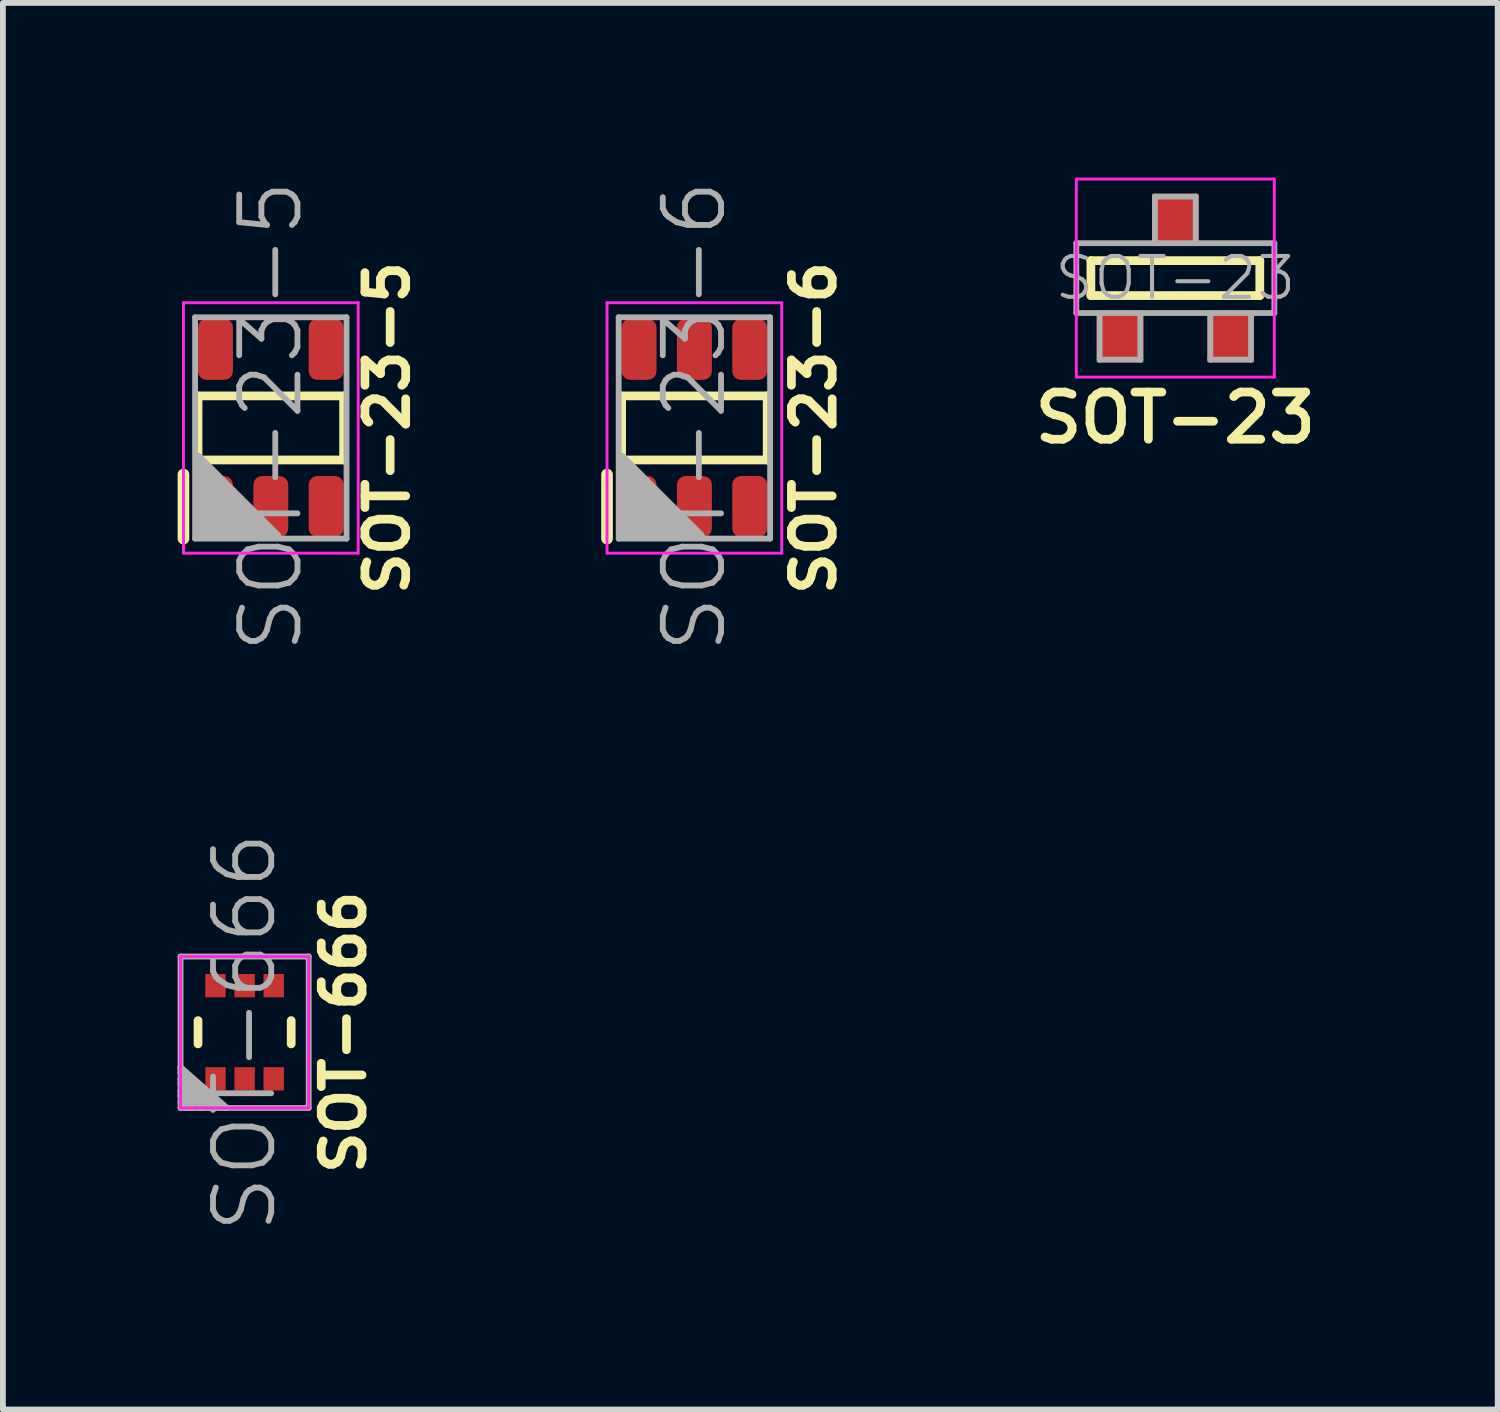
<source format=kicad_pcb>
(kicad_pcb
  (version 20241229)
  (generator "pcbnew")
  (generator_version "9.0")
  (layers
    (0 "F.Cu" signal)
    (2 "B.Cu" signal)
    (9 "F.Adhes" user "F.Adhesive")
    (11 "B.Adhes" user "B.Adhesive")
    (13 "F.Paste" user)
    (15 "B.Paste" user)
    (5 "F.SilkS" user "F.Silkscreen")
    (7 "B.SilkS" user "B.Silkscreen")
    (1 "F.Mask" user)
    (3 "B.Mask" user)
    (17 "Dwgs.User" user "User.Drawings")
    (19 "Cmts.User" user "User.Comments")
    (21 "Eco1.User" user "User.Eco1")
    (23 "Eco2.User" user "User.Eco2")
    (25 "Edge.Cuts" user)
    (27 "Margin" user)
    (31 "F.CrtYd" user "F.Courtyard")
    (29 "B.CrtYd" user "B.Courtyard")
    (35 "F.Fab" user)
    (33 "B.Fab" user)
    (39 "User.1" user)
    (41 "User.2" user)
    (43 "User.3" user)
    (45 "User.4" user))
  (footprint "SOT-23"
    (layer "F.Cu")
    (at 17.131 1.725)
    (property "Reference" "SOT-23" (at 0 2.4 0) (layer "F.SilkS") (effects (font (size 0.81 0.81) (thickness 0.15))))
    (attr through_hole)
    (fp_line (start -1.45 -0.3) (end 1.45 -0.3) (stroke (width 0.15) (type solid)) (layer "F.SilkS"))
    (fp_line (start -1.45 0.3) (end -1.45 -0.3) (stroke (width 0.15) (type solid)) (layer "F.SilkS"))
    (fp_line (start 1.45 -0.3) (end 1.45 0.3) (stroke (width 0.15) (type solid)) (layer "F.SilkS"))
    (fp_line (start 1.45 0.3) (end -1.45 0.3) (stroke (width 0.15) (type solid)) (layer "F.SilkS"))
    (fp_line (start -1.7 -1.7) (end 1.7 -1.7) (stroke (width 0.05) (type solid)) (layer "F.CrtYd"))
    (fp_line (start -1.7 1.7) (end -1.7 -1.7) (stroke (width 0.05) (type solid)) (layer "F.CrtYd"))
    (fp_line (start 1.7 -1.7) (end 1.7 1.7) (stroke (width 0.05) (type solid)) (layer "F.CrtYd"))
    (fp_line (start 1.7 1.7) (end -1.7 1.7) (stroke (width 0.05) (type solid)) (layer "F.CrtYd"))
    (fp_line (start -1.7 -0.6) (end -1.7 0.6) (stroke (width 0.1) (type solid)) (layer "F.Fab"))
    (fp_line (start -1.7 0.6) (end 1.7 0.6) (stroke (width 0.1) (type solid)) (layer "F.Fab"))
    (fp_line (start -1.3 0.6) (end -1.3 1.4) (stroke (width 0.1) (type solid)) (layer "F.Fab"))
    (fp_line (start -1.3 1.4) (end -0.6 1.4) (stroke (width 0.1) (type solid)) (layer "F.Fab"))
    (fp_line (start -0.6 1.4) (end -0.6 0.6) (stroke (width 0.1) (type solid)) (layer "F.Fab"))
    (fp_line (start -0.35 -1.4) (end 0.35 -1.4) (stroke (width 0.1) (type solid)) (layer "F.Fab"))
    (fp_line (start -0.35 -0.6) (end -0.35 -1.4) (stroke (width 0.1) (type solid)) (layer "F.Fab"))
    (fp_line (start 0.35 -1.4) (end 0.35 -0.6) (stroke (width 0.1) (type solid)) (layer "F.Fab"))
    (fp_line (start 0.6 0.6) (end 0.6 1.4) (stroke (width 0.1) (type solid)) (layer "F.Fab"))
    (fp_line (start 0.6 1.4) (end 1.3 1.4) (stroke (width 0.1) (type solid)) (layer "F.Fab"))
    (fp_line (start 1.3 1.4) (end 1.3 0.6) (stroke (width 0.1) (type solid)) (layer "F.Fab"))
    (fp_line (start 1.7 -0.6) (end -1.7 -0.6) (stroke (width 0.1) (type solid)) (layer "F.Fab"))
    (fp_line (start 1.7 0.6) (end 1.7 -0.6) (stroke (width 0.1) (type solid)) (layer "F.Fab"))
    (fp_text user "${REFERENCE}" (at 0 0 0) (layer "F.Fab") (effects (font (size 0.7 0.7) (thickness 0.07))))
    (pad "B" smd rect (at -0.95 1) (size 0.8 0.9) (layers "F.Cu" "F.Mask" "F.Paste"))
    (pad "C" smd rect (at 0 -1) (size 0.8 0.9) (layers "F.Cu" "F.Mask" "F.Paste"))
    (pad "E" smd rect (at 0.95 1) (size 0.8 0.9) (layers "F.Cu" "F.Mask" "F.Paste")))
  (footprint "SOT-23-6"
    (layer "F.Cu")
    (at 8.873 4.298)
    (property "Reference" "SOT-23-6" (at 2.05 0 90) (layer "F.SilkS") (effects (font (size 0.7 0.7) (thickness 0.15))))
    (attr smd)
    (fp_line (start -1.5 1.9) (end -1.5 0.8) (stroke (width 0.2) (type solid)) (layer "F.SilkS"))
    (fp_line (start -1.25 -0.55) (end 1.25 -0.55) (stroke (width 0.15) (type solid)) (layer "F.SilkS"))
    (fp_line (start -1.25 0.55) (end -1.25 -0.55) (stroke (width 0.15) (type solid)) (layer "F.SilkS"))
    (fp_line (start 1.25 -0.55) (end 1.25 0.55) (stroke (width 0.15) (type solid)) (layer "F.SilkS"))
    (fp_line (start 1.25 0.55) (end -1.25 0.55) (stroke (width 0.15) (type solid)) (layer "F.SilkS"))
    (fp_line (start -1.5 -2.15) (end 1.5 -2.15) (stroke (width 0.05) (type solid)) (layer "F.CrtYd"))
    (fp_line (start -1.5 2.15) (end -1.5 -2.15) (stroke (width 0.05) (type solid)) (layer "F.CrtYd"))
    (fp_line (start 1.5 -2.15) (end 1.5 2.15) (stroke (width 0.05) (type solid)) (layer "F.CrtYd"))
    (fp_line (start 1.5 2.15) (end -1.5 2.15) (stroke (width 0.05) (type solid)) (layer "F.CrtYd"))
    (fp_line (start -1.3 -1.9) (end 1.3 -1.9) (stroke (width 0.1) (type solid)) (layer "F.Fab"))
    (fp_line (start -1.3 1.9) (end -1.3 -1.9) (stroke (width 0.1) (type solid)) (layer "F.Fab"))
    (fp_line (start -1.25 0.65) (end -0.05 1.85) (stroke (width 0.15) (type solid)) (layer "F.Fab"))
    (fp_line (start -1.25 0.95) (end -0.35 1.85) (stroke (width 0.15) (type solid)) (layer "F.Fab"))
    (fp_line (start -1.25 1.1) (end -0.5 1.85) (stroke (width 0.15) (type solid)) (layer "F.Fab"))
    (fp_line (start -1.25 1.4) (end -0.8 1.85) (stroke (width 0.15) (type solid)) (layer "F.Fab"))
    (fp_line (start -1.25 1.7) (end -1.1 1.85) (stroke (width 0.15) (type solid)) (layer "F.Fab"))
    (fp_line (start -1.25 1.85) (end -1.2 1.8) (stroke (width 0.15) (type solid)) (layer "F.Fab"))
    (fp_line (start -0.95 1.85) (end -1.25 1.55) (stroke (width 0.15) (type solid)) (layer "F.Fab"))
    (fp_line (start -0.65 1.85) (end -1.25 1.25) (stroke (width 0.15) (type solid)) (layer "F.Fab"))
    (fp_line (start -0.2 1.85) (end -1.25 0.8) (stroke (width 0.15) (type solid)) (layer "F.Fab"))
    (fp_line (start 0.1 1.85) (end -1.25 0.5) (stroke (width 0.15) (type solid)) (layer "F.Fab"))
    (fp_line (start 1.3 -1.9) (end 1.3 1.9) (stroke (width 0.1) (type solid)) (layer "F.Fab"))
    (fp_line (start 1.3 1.9) (end -1.3 1.9) (stroke (width 0.1) (type solid)) (layer "F.Fab"))
    (fp_text user "${REFERENCE}" (at 0 -0.2 90) (layer "F.Fab") (effects (font (size 1 1) (thickness 0.1))))
    (pad "1" smd roundrect (at -0.95 1.35) (size 0.6 1.05) (layers "F.Cu" "F.Mask" "F.Paste") (roundrect_rratio 0.25))
    (pad "2" smd roundrect (at 0 1.35) (size 0.6 1.05) (layers "F.Cu" "F.Mask" "F.Paste") (roundrect_rratio 0.25))
    (pad "3" smd roundrect (at 0.95 1.35) (size 0.6 1.05) (layers "F.Cu" "F.Mask" "F.Paste") (roundrect_rratio 0.25))
    (pad "4" smd roundrect (at 0.95 -1.35) (size 0.6 1.05) (layers "F.Cu" "F.Mask" "F.Paste") (roundrect_rratio 0.25))
    (pad "5" smd roundrect (at 0 -1.35) (size 0.6 1.05) (layers "F.Cu" "F.Mask" "F.Paste") (roundrect_rratio 0.25))
    (pad "6" smd roundrect (at -0.95 -1.35) (size 0.6 1.05) (layers "F.Cu" "F.Mask" "F.Paste") (roundrect_rratio 0.25)))
  (footprint "SOT-666"
    (layer "F.Cu")
    (at 1.15 14.674)
    (property "Reference" "SOT-666" (at 1.7 0 90) (layer "F.SilkS") (effects (font (size 0.7 0.7) (thickness 0.15))))
    (attr through_hole)
    (fp_line (start -0.8 -0.2) (end -0.8 0.2) (stroke (width 0.15) (type solid)) (layer "F.SilkS"))
    (fp_line (start 0.8 0.2) (end 0.8 -0.2) (stroke (width 0.15) (type solid)) (layer "F.SilkS"))
    (fp_line (start -1.1 -1.3) (end -1.1 1.3) (stroke (width 0.05) (type solid)) (layer "F.CrtYd"))
    (fp_line (start -1.1 -1.3) (end 1.1 -1.3) (stroke (width 0.05) (type solid)) (layer "F.CrtYd"))
    (fp_line (start 1.1 -1.3) (end 1.1 1.3) (stroke (width 0.05) (type solid)) (layer "F.CrtYd"))
    (fp_line (start 1.1 1.3) (end -1.1 1.3) (stroke (width 0.05) (type solid)) (layer "F.CrtYd"))
    (fp_line (start -1.1 -1.3) (end 1.1 -1.3) (stroke (width 0.1) (type solid)) (layer "F.Fab"))
    (fp_line (start -1.1 0.6) (end -0.4 1.3) (stroke (width 0.1) (type solid)) (layer "F.Fab"))
    (fp_line (start -1.1 0.7) (end -1.1 0.6) (stroke (width 0.1) (type solid)) (layer "F.Fab"))
    (fp_line (start -1.1 0.8) (end -0.6 1.3) (stroke (width 0.1) (type solid)) (layer "F.Fab"))
    (fp_line (start -1.1 0.9) (end -1.1 0.8) (stroke (width 0.1) (type solid)) (layer "F.Fab"))
    (fp_line (start -1.1 1) (end -0.8 1.3) (stroke (width 0.1) (type solid)) (layer "F.Fab"))
    (fp_line (start -1.1 1.1) (end -1.1 1) (stroke (width 0.1) (type solid)) (layer "F.Fab"))
    (fp_line (start -1.1 1.2) (end -1 1.3) (stroke (width 0.1) (type solid)) (layer "F.Fab"))
    (fp_line (start -1.1 1.3) (end -1.1 -1.3) (stroke (width 0.1) (type solid)) (layer "F.Fab"))
    (fp_line (start -1 1.3) (end -0.9 1.3) (stroke (width 0.1) (type solid)) (layer "F.Fab"))
    (fp_line (start -0.9 1.3) (end -1.1 1.1) (stroke (width 0.1) (type solid)) (layer "F.Fab"))
    (fp_line (start -0.8 1.3) (end -0.7 1.3) (stroke (width 0.1) (type solid)) (layer "F.Fab"))
    (fp_line (start -0.7 1.3) (end -1.1 0.9) (stroke (width 0.1) (type solid)) (layer "F.Fab"))
    (fp_line (start -0.6 1.3) (end -0.5 1.3) (stroke (width 0.1) (type solid)) (layer "F.Fab"))
    (fp_line (start -0.5 1.3) (end -1.1 0.7) (stroke (width 0.1) (type solid)) (layer "F.Fab"))
    (fp_line (start -0.4 1.3) (end -0.3 1.3) (stroke (width 0.1) (type solid)) (layer "F.Fab"))
    (fp_line (start -0.3 1.3) (end -1.1 0.6) (stroke (width 0.1) (type solid)) (layer "F.Fab"))
    (fp_line (start 1.1 -1.3) (end 1.1 1.3) (stroke (width 0.1) (type solid)) (layer "F.Fab"))
    (fp_line (start 1.1 1.3) (end -1.1 1.3) (stroke (width 0.1) (type solid)) (layer "F.Fab"))
    (fp_text user "${REFERENCE}" (at 0 0 90) (layer "F.Fab") (effects (font (size 1 1) (thickness 0.1))))
    (pad "1" smd rect (at -0.5 0.8) (size 0.35 0.4) (layers "F.Cu" "F.Mask" "F.Paste"))
    (pad "2" smd rect (at 0 0.8) (size 0.35 0.4) (layers "F.Cu" "F.Mask" "F.Paste"))
    (pad "3" smd rect (at 0.5 0.8) (size 0.35 0.4) (layers "F.Cu" "F.Mask" "F.Paste"))
    (pad "4" smd rect (at 0.5 -0.8) (size 0.35 0.4) (layers "F.Cu" "F.Mask" "F.Paste"))
    (pad "5" smd rect (at 0 -0.8) (size 0.35 0.4) (layers "F.Cu" "F.Mask" "F.Paste"))
    (pad "6" smd rect (at -0.5 -0.8) (size 0.35 0.4) (layers "F.Cu" "F.Mask" "F.Paste")))
  (footprint "SOT-23-5"
    (layer "F.Cu")
    (at 1.6 4.298)
    (property "Reference" "SOT-23-5" (at 2 0 90) (layer "F.SilkS") (effects (font (size 0.7 0.7) (thickness 0.15))))
    (attr smd)
    (fp_line (start -1.5 1.9) (end -1.5 0.8) (stroke (width 0.2) (type solid)) (layer "F.SilkS"))
    (fp_line (start -1.25 -0.55) (end 1.25 -0.55) (stroke (width 0.15) (type solid)) (layer "F.SilkS"))
    (fp_line (start -1.25 0.55) (end -1.25 -0.55) (stroke (width 0.15) (type solid)) (layer "F.SilkS"))
    (fp_line (start 1.25 -0.55) (end 1.25 0.55) (stroke (width 0.15) (type solid)) (layer "F.SilkS"))
    (fp_line (start 1.25 0.55) (end -1.25 0.55) (stroke (width 0.15) (type solid)) (layer "F.SilkS"))
    (fp_line (start -1.5 -2.15) (end 1.5 -2.15) (stroke (width 0.05) (type solid)) (layer "F.CrtYd"))
    (fp_line (start -1.5 2.15) (end -1.5 -2.15) (stroke (width 0.05) (type solid)) (layer "F.CrtYd"))
    (fp_line (start 1.5 -2.15) (end 1.5 2.15) (stroke (width 0.05) (type solid)) (layer "F.CrtYd"))
    (fp_line (start 1.5 2.15) (end -1.5 2.15) (stroke (width 0.05) (type solid)) (layer "F.CrtYd"))
    (fp_line (start -1.3 -1.9) (end 1.3 -1.9) (stroke (width 0.1) (type solid)) (layer "F.Fab"))
    (fp_line (start -1.3 1.9) (end -1.3 -1.9) (stroke (width 0.1) (type solid)) (layer "F.Fab"))
    (fp_line (start -1.25 0.65) (end -0.05 1.85) (stroke (width 0.15) (type solid)) (layer "F.Fab"))
    (fp_line (start -1.25 0.95) (end -0.35 1.85) (stroke (width 0.15) (type solid)) (layer "F.Fab"))
    (fp_line (start -1.25 1.1) (end -0.5 1.85) (stroke (width 0.15) (type solid)) (layer "F.Fab"))
    (fp_line (start -1.25 1.4) (end -0.8 1.85) (stroke (width 0.15) (type solid)) (layer "F.Fab"))
    (fp_line (start -1.25 1.7) (end -1.1 1.85) (stroke (width 0.15) (type solid)) (layer "F.Fab"))
    (fp_line (start -1.25 1.85) (end -1.2 1.8) (stroke (width 0.15) (type solid)) (layer "F.Fab"))
    (fp_line (start -0.95 1.85) (end -1.25 1.55) (stroke (width 0.15) (type solid)) (layer "F.Fab"))
    (fp_line (start -0.65 1.85) (end -1.25 1.25) (stroke (width 0.15) (type solid)) (layer "F.Fab"))
    (fp_line (start -0.2 1.85) (end -1.25 0.8) (stroke (width 0.15) (type solid)) (layer "F.Fab"))
    (fp_line (start 0.1 1.85) (end -1.25 0.5) (stroke (width 0.15) (type solid)) (layer "F.Fab"))
    (fp_line (start 1.3 -1.9) (end 1.3 1.9) (stroke (width 0.1) (type solid)) (layer "F.Fab"))
    (fp_line (start 1.3 1.9) (end -1.3 1.9) (stroke (width 0.1) (type solid)) (layer "F.Fab"))
    (fp_text user "${REFERENCE}" (at 0 -0.2 90) (layer "F.Fab") (effects (font (size 1 1) (thickness 0.1))))
    (pad "1" smd roundrect (at -0.95 1.35) (size 0.6 1.05) (layers "F.Cu" "F.Mask" "F.Paste") (roundrect_rratio 0.25))
    (pad "2" smd roundrect (at 0 1.35) (size 0.6 1.05) (layers "F.Cu" "F.Mask" "F.Paste") (roundrect_rratio 0.25))
    (pad "3" smd roundrect (at 0.95 1.35) (size 0.6 1.05) (layers "F.Cu" "F.Mask" "F.Paste") (roundrect_rratio 0.25))
    (pad "4" smd roundrect (at 0.95 -1.35) (size 0.6 1.05) (layers "F.Cu" "F.Mask" "F.Paste") (roundrect_rratio 0.25))
    (pad "5" smd roundrect (at -0.95 -1.35) (size 0.6 1.05) (layers "F.Cu" "F.Mask" "F.Paste") (roundrect_rratio 0.25)))
  (gr_rect
    (start -3 -3)
    (end 22.666 21.152)
    (stroke (width 0.1) (type default))
    (fill no)
    (layer "Edge.Cuts")))
</source>
